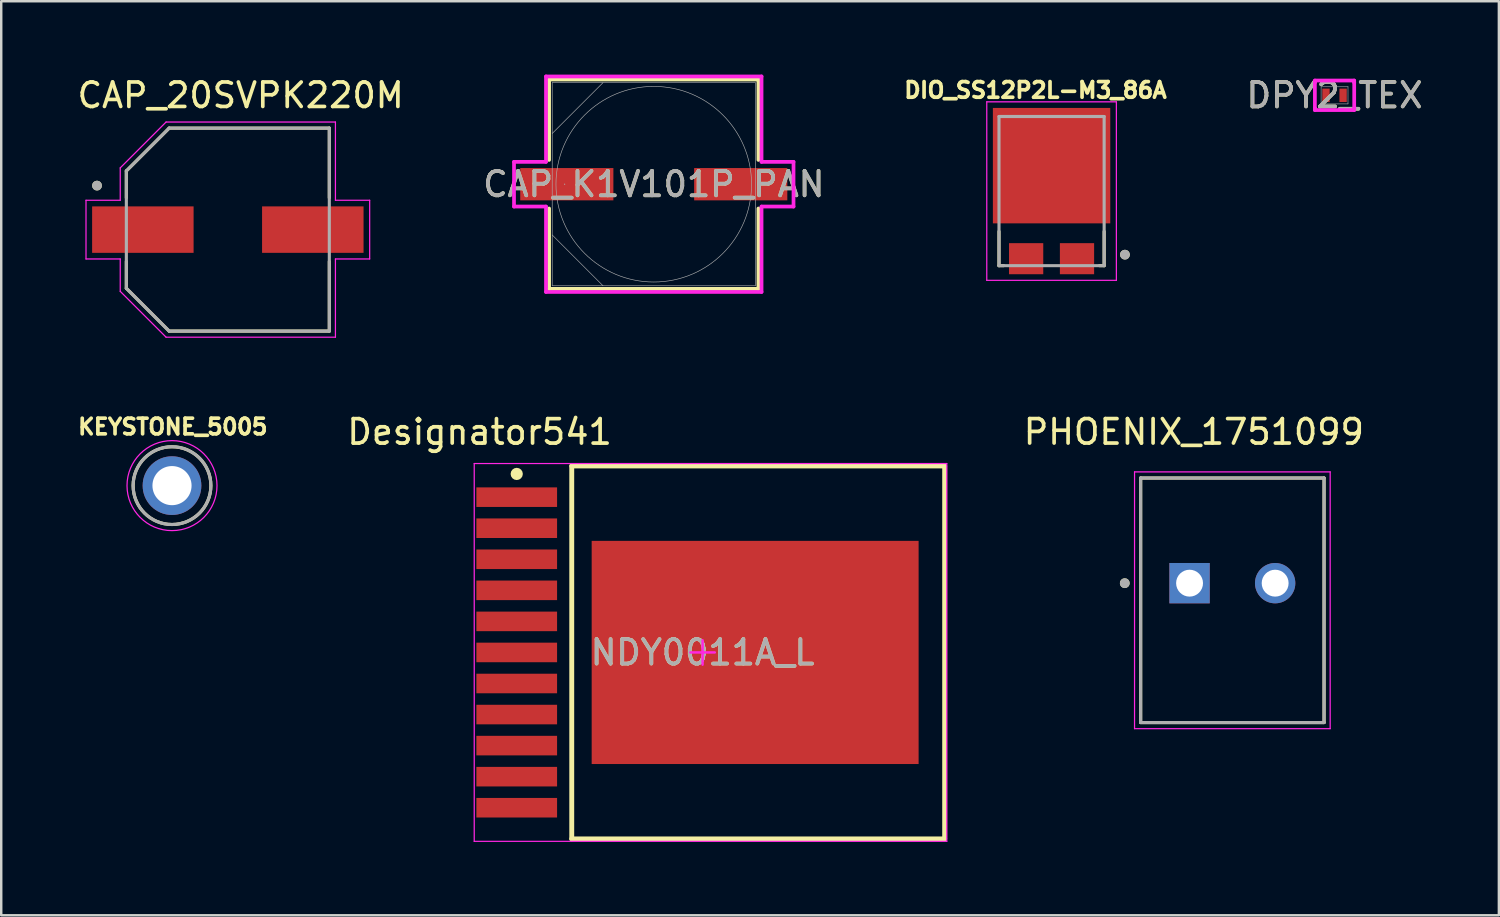
<source format=kicad_pcb>
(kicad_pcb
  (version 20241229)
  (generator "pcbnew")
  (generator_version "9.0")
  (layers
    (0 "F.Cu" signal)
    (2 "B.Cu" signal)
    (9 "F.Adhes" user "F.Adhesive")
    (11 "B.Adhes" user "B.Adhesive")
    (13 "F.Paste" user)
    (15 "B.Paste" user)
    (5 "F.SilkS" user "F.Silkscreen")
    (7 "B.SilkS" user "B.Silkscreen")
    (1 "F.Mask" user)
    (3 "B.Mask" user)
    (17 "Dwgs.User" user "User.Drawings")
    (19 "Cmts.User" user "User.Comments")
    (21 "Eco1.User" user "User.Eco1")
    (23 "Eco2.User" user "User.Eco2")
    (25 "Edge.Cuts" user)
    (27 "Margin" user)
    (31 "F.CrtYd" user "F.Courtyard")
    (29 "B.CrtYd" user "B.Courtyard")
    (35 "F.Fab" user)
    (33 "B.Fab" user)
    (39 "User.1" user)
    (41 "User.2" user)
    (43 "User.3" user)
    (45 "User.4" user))
  (footprint "CAP_K1V101P_PAN"
    (layer "F.Cu")
    (at 23.685 4.483)
    (property "Reference" "CAP_K1V101P_PAN" (at 0 0 0) (unlocked yes) (layer "F.SilkS") (effects (font (size 1 1) (thickness 0.15))))
    (attr smd)
    (fp_line (start -4.28 -4.28) (end -4.28 -0.993) (stroke (width 0.152) (type solid)) (layer "F.SilkS"))
    (fp_line (start -4.28 0.993) (end -4.28 4.28) (stroke (width 0.152) (type solid)) (layer "F.SilkS"))
    (fp_line (start -4.28 4.28) (end 4.28 4.28) (stroke (width 0.152) (type solid)) (layer "F.SilkS"))
    (fp_line (start 4.28 -4.28) (end -4.28 -4.28) (stroke (width 0.152) (type solid)) (layer "F.SilkS"))
    (fp_line (start 4.28 -0.993) (end 4.28 -4.28) (stroke (width 0.152) (type solid)) (layer "F.SilkS"))
    (fp_line (start 4.28 4.28) (end 4.28 0.993) (stroke (width 0.152) (type solid)) (layer "F.SilkS"))
    (fp_line (start -5.715 -0.914) (end -4.407 -0.914) (stroke (width 0.152) (type solid)) (layer "F.CrtYd"))
    (fp_line (start -5.715 0.914) (end -5.715 -0.914) (stroke (width 0.152) (type solid)) (layer "F.CrtYd"))
    (fp_line (start -4.407 -4.407) (end 4.407 -4.407) (stroke (width 0.152) (type solid)) (layer "F.CrtYd"))
    (fp_line (start -4.407 -0.914) (end -4.407 -4.407) (stroke (width 0.152) (type solid)) (layer "F.CrtYd"))
    (fp_line (start -4.407 0.914) (end -5.715 0.914) (stroke (width 0.152) (type solid)) (layer "F.CrtYd"))
    (fp_line (start -4.407 4.407) (end -4.407 0.914) (stroke (width 0.152) (type solid)) (layer "F.CrtYd"))
    (fp_line (start 4.407 -4.407) (end 4.407 -0.914) (stroke (width 0.152) (type solid)) (layer "F.CrtYd"))
    (fp_line (start 4.407 -0.914) (end 5.715 -0.914) (stroke (width 0.152) (type solid)) (layer "F.CrtYd"))
    (fp_line (start 4.407 0.914) (end 4.407 4.407) (stroke (width 0.152) (type solid)) (layer "F.CrtYd"))
    (fp_line (start 4.407 4.407) (end -4.407 4.407) (stroke (width 0.152) (type solid)) (layer "F.CrtYd"))
    (fp_line (start 5.715 -0.914) (end 5.715 0.914) (stroke (width 0.152) (type solid)) (layer "F.CrtYd"))
    (fp_line (start 5.715 0.914) (end 4.407 0.914) (stroke (width 0.152) (type solid)) (layer "F.CrtYd"))
    (fp_line (start -4.153 -4.153) (end -4.153 4.153) (stroke (width 0.025) (type solid)) (layer "F.Fab"))
    (fp_line (start -4.153 -2.076) (end -2.076 -4.153) (stroke (width 0.025) (type solid)) (layer "F.Fab"))
    (fp_line (start -4.153 2.076) (end -2.076 4.153) (stroke (width 0.025) (type solid)) (layer "F.Fab"))
    (fp_line (start -4.153 4.153) (end 4.153 4.153) (stroke (width 0.025) (type solid)) (layer "F.Fab"))
    (fp_line (start 4.153 -4.153) (end -4.153 -4.153) (stroke (width 0.025) (type solid)) (layer "F.Fab"))
    (fp_line (start 4.153 4.153) (end 4.153 -4.153) (stroke (width 0.025) (type solid)) (layer "F.Fab"))
    (fp_circle (center -3.645 0) (end -3.645 0) (stroke (width 0.025) (type solid)) (fill no) (layer "F.Fab"))
    (fp_circle (center 0 0) (end -2.828 2.828) (stroke (width 0.025) (type solid)) (fill no) (layer "F.Fab"))
    (fp_text user "${REFERENCE}" (at 0 0 0) (unlocked yes) (layer "F.Fab") (effects (font (size 1 1) (thickness 0.15))))
    (pad "1" smd rect (at -3.556 0) (size 3.81 1.321) (layers "F.Cu" "F.Mask" "F.Paste"))
    (pad "2" smd rect (at 3.556 0) (size 3.81 1.321) (layers "F.Cu" "F.Mask" "F.Paste"))
    (zone (net_name "") (layer "F.Cu") (hatch full 0.508) (connect_pads) (min_thickness 0.254) (filled_areas_thickness no) (keepout (tracks not_allowed) (vias not_allowed) (pads allowed) (copperpour not_allowed) (footprints allowed)) (placement (enabled no)) (fill) (polygon (pts (xy 19.582 0.381) (xy 27.787 0.381) (xy 27.787 3.772) (xy 19.582 3.772))))
    (zone (net_name "") (layer "F.Cu") (hatch full 0.508) (connect_pads) (min_thickness 0.254) (filled_areas_thickness no) (keepout (tracks not_allowed) (vias not_allowed) (pads allowed) (copperpour not_allowed) (footprints allowed)) (placement (enabled no)) (fill) (polygon (pts (xy 19.582 5.194) (xy 27.787 5.194) (xy 27.787 8.585) (xy 19.582 8.585))))
    (zone (net_name "") (layer "F.Cu") (hatch full 0.508) (connect_pads) (min_thickness 0.254) (filled_areas_thickness no) (keepout (tracks not_allowed) (vias not_allowed) (pads allowed) (copperpour not_allowed) (footprints allowed)) (placement (enabled no)) (fill) (polygon (pts (xy 22.084 3.772) (xy 25.285 3.772) (xy 25.285 5.194) (xy 22.084 5.194)))))
  (footprint "NDY0011A_L"
    (layer "F.Cu")
    (at 25.681 23.631)
    (property "Reference" "NDY0011A_L" (at 0 0 0) (unlocked yes) (layer "F.SilkS") (effects (font (size 1 1) (thickness 0.15))))
    (attr smd)
    (fp_line (start -5.35 -7.625) (end 9.9 -7.625) (stroke (width 0.2) (type solid)) (layer "F.SilkS"))
    (fp_line (start -5.35 7.625) (end -5.35 -7.625) (stroke (width 0.2) (type solid)) (layer "F.SilkS"))
    (fp_line (start -5.35 7.625) (end 9.9 7.625) (stroke (width 0.2) (type solid)) (layer "F.SilkS"))
    (fp_line (start 9.9 7.625) (end 9.9 -7.625) (stroke (width 0.2) (type solid)) (layer "F.SilkS"))
    (fp_circle (center -7.6 -7.3) (end -7.475 -7.3) (stroke (width 0.25) (type solid)) (fill no) (layer "F.SilkS"))
    (fp_line (start -9.338 -7.725) (end 9.987 -7.725) (stroke (width 0.05) (type solid)) (layer "F.CrtYd"))
    (fp_line (start -9.338 7.725) (end -9.338 -7.725) (stroke (width 0.05) (type solid)) (layer "F.CrtYd"))
    (fp_line (start -9.338 7.725) (end 9.987 7.725) (stroke (width 0.05) (type solid)) (layer "F.CrtYd"))
    (fp_line (start -0.5 0) (end 0.5 0) (stroke (width 0.1) (type solid)) (layer "F.CrtYd"))
    (fp_line (start 0 0.5) (end 0 -0.5) (stroke (width 0.1) (type solid)) (layer "F.CrtYd"))
    (fp_line (start 9.987 7.725) (end 9.987 -7.725) (stroke (width 0.05) (type solid)) (layer "F.CrtYd"))
    (fp_text user "Designator541" (at -9.119 -9.017 0) (unlocked yes) (layer "F.SilkS") (effects (font (size 1 1) (thickness 0.15))))
    (fp_text user "${REFERENCE}" (at 0 0 0) (unlocked yes) (layer "F.Fab") (effects (font (size 1 1) (thickness 0.15))))
    (pad "1" smd rect (at -7.6 -6.35 90) (size 0.8 3.3) (layers "F.Cu" "F.Mask" "F.Paste"))
    (pad "2" smd rect (at -7.6 -5.08 90) (size 0.8 3.3) (layers "F.Cu" "F.Mask" "F.Paste"))
    (pad "3" smd rect (at -7.6 -3.81 90) (size 0.8 3.3) (layers "F.Cu" "F.Mask" "F.Paste"))
    (pad "4" smd rect (at -7.6 -2.54 90) (size 0.8 3.3) (layers "F.Cu" "F.Mask" "F.Paste"))
    (pad "5" smd rect (at -7.6 -1.27 90) (size 0.8 3.3) (layers "F.Cu" "F.Mask" "F.Paste"))
    (pad "6" smd rect (at -7.6 0 90) (size 0.8 3.3) (layers "F.Cu" "F.Mask" "F.Paste"))
    (pad "7" smd rect (at -7.6 1.27 90) (size 0.8 3.3) (layers "F.Cu" "F.Mask" "F.Paste"))
    (pad "8" smd rect (at -7.6 2.54 90) (size 0.8 3.3) (layers "F.Cu" "F.Mask" "F.Paste"))
    (pad "9" smd rect (at -7.6 3.81 90) (size 0.8 3.3) (layers "F.Cu" "F.Mask" "F.Paste"))
    (pad "10" smd rect (at -7.6 5.08 90) (size 0.8 3.3) (layers "F.Cu" "F.Mask" "F.Paste"))
    (pad "11" smd rect (at -7.6 6.35 90) (size 0.8 3.3) (layers "F.Cu" "F.Mask" "F.Paste"))
    (pad "12" smd rect (at 2.15 0 90) (size 9.126 13.37) (layers "F.Cu" "F.Mask" "F.Paste")))
  (footprint "CAP_20SVPK220M"
    (layer "F.Cu")
    (at 6.267 6.34)
    (property "Reference" "CAP_20SVPK220M" (at 0.525 -5.492 0) (layer "F.SilkS") (effects (font (size 1 1) (thickness 0.15))))
    (attr smd)
    (fp_line (start -4.15 -2.4) (end -2.4 -4.15) (stroke (width 0.127) (type solid)) (layer "F.SilkS"))
    (fp_line (start -4.15 -1.3) (end -4.15 -2.4) (stroke (width 0.127) (type solid)) (layer "F.SilkS"))
    (fp_line (start -4.15 1.3) (end -4.15 2.4) (stroke (width 0.127) (type solid)) (layer "F.SilkS"))
    (fp_line (start -4.15 2.4) (end -2.4 4.15) (stroke (width 0.127) (type solid)) (layer "F.SilkS"))
    (fp_line (start -2.4 -4.15) (end 4.15 -4.15) (stroke (width 0.127) (type solid)) (layer "F.SilkS"))
    (fp_line (start -2.4 4.15) (end 4.15 4.15) (stroke (width 0.127) (type solid)) (layer "F.SilkS"))
    (fp_line (start 4.15 -4.15) (end 4.15 -1.3) (stroke (width 0.127) (type solid)) (layer "F.SilkS"))
    (fp_line (start 4.15 4.15) (end 4.15 1.3) (stroke (width 0.127) (type solid)) (layer "F.SilkS"))
    (fp_circle (center -5.35 -1.8) (end -5.25 -1.8) (stroke (width 0.2) (type solid)) (fill no) (layer "F.SilkS"))
    (fp_line (start -5.8 -1.2) (end -4.4 -1.2) (stroke (width 0.05) (type solid)) (layer "F.CrtYd"))
    (fp_line (start -5.8 1.2) (end -5.8 -1.2) (stroke (width 0.05) (type solid)) (layer "F.CrtYd"))
    (fp_line (start -4.4 -2.525) (end -2.525 -4.4) (stroke (width 0.05) (type solid)) (layer "F.CrtYd"))
    (fp_line (start -4.4 -1.2) (end -4.4 -2.525) (stroke (width 0.05) (type solid)) (layer "F.CrtYd"))
    (fp_line (start -4.4 1.2) (end -5.8 1.2) (stroke (width 0.05) (type solid)) (layer "F.CrtYd"))
    (fp_line (start -4.4 2.525) (end -4.4 1.2) (stroke (width 0.05) (type solid)) (layer "F.CrtYd"))
    (fp_line (start -2.525 -4.4) (end 4.4 -4.4) (stroke (width 0.05) (type solid)) (layer "F.CrtYd"))
    (fp_line (start -2.525 4.4) (end -4.4 2.525) (stroke (width 0.05) (type solid)) (layer "F.CrtYd"))
    (fp_line (start 4.4 -4.4) (end 4.4 -1.2) (stroke (width 0.05) (type solid)) (layer "F.CrtYd"))
    (fp_line (start 4.4 -1.2) (end 5.8 -1.2) (stroke (width 0.05) (type solid)) (layer "F.CrtYd"))
    (fp_line (start 4.4 1.2) (end 4.4 4.4) (stroke (width 0.05) (type solid)) (layer "F.CrtYd"))
    (fp_line (start 4.4 4.4) (end -2.525 4.4) (stroke (width 0.05) (type solid)) (layer "F.CrtYd"))
    (fp_line (start 5.8 -1.2) (end 5.8 1.2) (stroke (width 0.05) (type solid)) (layer "F.CrtYd"))
    (fp_line (start 5.8 1.2) (end 4.4 1.2) (stroke (width 0.05) (type solid)) (layer "F.CrtYd"))
    (fp_line (start -4.15 -2.4) (end -2.4 -4.15) (stroke (width 0.127) (type solid)) (layer "F.Fab"))
    (fp_line (start -4.15 2.4) (end -4.15 -2.4) (stroke (width 0.127) (type solid)) (layer "F.Fab"))
    (fp_line (start -2.4 -4.15) (end 4.15 -4.15) (stroke (width 0.127) (type solid)) (layer "F.Fab"))
    (fp_line (start -2.4 4.15) (end -4.15 2.4) (stroke (width 0.127) (type solid)) (layer "F.Fab"))
    (fp_line (start 4.15 -4.15) (end 4.15 4.15) (stroke (width 0.127) (type solid)) (layer "F.Fab"))
    (fp_line (start 4.15 4.15) (end -2.4 4.15) (stroke (width 0.127) (type solid)) (layer "F.Fab"))
    (fp_circle (center -5.35 -1.8) (end -5.25 -1.8) (stroke (width 0.2) (type solid)) (fill no) (layer "F.Fab"))
    (pad "1" smd rect (at -3.475 0) (size 4.15 1.9) (layers "F.Cu" "F.Mask" "F.Paste"))
    (pad "2" smd rect (at 3.475 0) (size 4.15 1.9) (layers "F.Cu" "F.Mask" "F.Paste")))
  (footprint "DPY2_TEX"
    (layer "F.Cu")
    (at 51.525 0.848)
    (property "Reference" "DPY2_TEX" (at 0 0 0) (unlocked yes) (layer "F.SilkS") (effects (font (size 1 1) (thickness 0.15))))
    (attr smd)
    (fp_line (start -0.804 -0.604) (end 0.804 -0.604) (stroke (width 0.152) (type solid)) (layer "F.CrtYd"))
    (fp_line (start -0.804 -0.529) (end -0.804 -0.604) (stroke (width 0.152) (type solid)) (layer "F.CrtYd"))
    (fp_line (start -0.804 -0.529) (end -0.804 -0.529) (stroke (width 0.152) (type solid)) (layer "F.CrtYd"))
    (fp_line (start -0.804 0.529) (end -0.804 -0.529) (stroke (width 0.152) (type solid)) (layer "F.CrtYd"))
    (fp_line (start -0.804 0.529) (end -0.804 0.529) (stroke (width 0.152) (type solid)) (layer "F.CrtYd"))
    (fp_line (start -0.804 0.604) (end -0.804 0.529) (stroke (width 0.152) (type solid)) (layer "F.CrtYd"))
    (fp_line (start 0.804 -0.604) (end 0.804 -0.529) (stroke (width 0.152) (type solid)) (layer "F.CrtYd"))
    (fp_line (start 0.804 -0.529) (end 0.804 -0.529) (stroke (width 0.152) (type solid)) (layer "F.CrtYd"))
    (fp_line (start 0.804 -0.529) (end 0.804 0.529) (stroke (width 0.152) (type solid)) (layer "F.CrtYd"))
    (fp_line (start 0.804 0.529) (end 0.804 0.529) (stroke (width 0.152) (type solid)) (layer "F.CrtYd"))
    (fp_line (start 0.804 0.529) (end 0.804 0.604) (stroke (width 0.152) (type solid)) (layer "F.CrtYd"))
    (fp_line (start 0.804 0.604) (end -0.804 0.604) (stroke (width 0.152) (type solid)) (layer "F.CrtYd"))
    (fp_line (start -0.55 -0.35) (end -0.55 0.35) (stroke (width 0.025) (type solid)) (layer "F.Fab"))
    (fp_line (start -0.55 0.35) (end 0.55 0.35) (stroke (width 0.025) (type solid)) (layer "F.Fab"))
    (fp_line (start 0.55 -0.35) (end -0.55 -0.35) (stroke (width 0.025) (type solid)) (layer "F.Fab"))
    (fp_line (start 0.55 0.35) (end 0.55 -0.35) (stroke (width 0.025) (type solid)) (layer "F.Fab"))
    (fp_text user "${REFERENCE}" (at 0 0 0) (unlocked yes) (layer "F.Fab") (effects (font (size 1 1) (thickness 0.15))))
    (pad "1" smd rect (at -0.35 0) (size 0.3 0.55) (layers "F.Cu" "F.Mask" "F.Paste"))
    (pad "2" smd rect (at 0.35 0) (size 0.3 0.55) (layers "F.Cu" "F.Mask" "F.Paste"))
    (zone (net_name "") (layer "F.Cu") (hatch full 0.508) (connect_pads) (min_thickness 0.254) (filled_areas_thickness no) (keepout (tracks not_allowed) (vias not_allowed) (pads allowed) (copperpour not_allowed) (footprints allowed)) (placement (enabled no)) (fill) (polygon (pts (xy 51.026 0.549) (xy 52.024 0.549) (xy 52.024 0.522) (xy 51.026 0.522))))
    (zone (net_name "") (layer "F.Cu") (hatch full 0.508) (connect_pads) (min_thickness 0.254) (filled_areas_thickness no) (keepout (tracks not_allowed) (vias not_allowed) (pads allowed) (copperpour not_allowed) (footprints allowed)) (placement (enabled no)) (fill) (polygon (pts (xy 51.026 1.174) (xy 52.024 1.174) (xy 52.024 1.147) (xy 51.026 1.147))))
    (zone (net_name "") (layer "F.Cu") (hatch full 0.508) (connect_pads) (min_thickness 0.254) (filled_areas_thickness no) (keepout (tracks not_allowed) (vias not_allowed) (pads allowed) (copperpour not_allowed) (footprints allowed)) (placement (enabled no)) (fill) (polygon (pts (xy 51.072 0.522) (xy 51.978 0.522) (xy 51.978 1.174) (xy 51.072 1.174)))))
  (footprint "KEYSTONE_5005"
    (layer "F.Cu")
    (at 3.984 16.809)
    (property "Reference" "KEYSTONE_5005" (at 0.032 -2.406 0) (layer "F.SilkS") (effects (font (size 0.64 0.64) (thickness 0.15))))
    (attr through_hole)
    (fp_circle (center 0 0) (end 1.59 0) (stroke (width 0.127) (type solid)) (fill no) (layer "F.SilkS"))
    (fp_circle (center 0 0) (end 1.84 0) (stroke (width 0.05) (type solid)) (fill no) (layer "F.CrtYd"))
    (fp_circle (center 0 0) (end 1.59 0) (stroke (width 0.127) (type solid)) (fill no) (layer "F.Fab"))
    (pad "TP" thru_hole circle (at 0 0) (size 2.4 2.4) (drill 1.6) (layers "*.Cu" "*.Mask")))
  (footprint "PHOENIX_1751099"
    (layer "F.Cu")
    (at 43.596 26.498)
    (property "Reference" "PHOENIX_1751099" (at 2.175 -11.885 0) (layer "F.SilkS") (effects (font (size 1 1) (thickness 0.15))))
    (attr through_hole)
    (fp_line (start 0 0) (end 0 -10) (stroke (width 0.127) (type solid)) (layer "F.SilkS"))
    (fp_line (start 7.5 -10) (end 0 -10) (stroke (width 0.127) (type solid)) (layer "F.SilkS"))
    (fp_line (start 7.5 -10) (end 7.5 0) (stroke (width 0.127) (type solid)) (layer "F.SilkS"))
    (fp_line (start 7.5 0) (end 0 0) (stroke (width 0.127) (type solid)) (layer "F.SilkS"))
    (fp_circle (center -0.65 -5.7) (end -0.55 -5.7) (stroke (width 0.2) (type solid)) (fill no) (layer "F.SilkS"))
    (fp_line (start -0.25 -10.25) (end 7.75 -10.25) (stroke (width 0.05) (type solid)) (layer "F.CrtYd"))
    (fp_line (start -0.25 0.25) (end -0.25 -10.25) (stroke (width 0.05) (type solid)) (layer "F.CrtYd"))
    (fp_line (start 7.75 -10.25) (end 7.75 0.25) (stroke (width 0.05) (type solid)) (layer "F.CrtYd"))
    (fp_line (start 7.75 0.25) (end -0.25 0.25) (stroke (width 0.05) (type solid)) (layer "F.CrtYd"))
    (fp_line (start 0 -10) (end 7.5 -10) (stroke (width 0.127) (type solid)) (layer "F.Fab"))
    (fp_line (start 0 0) (end 0 -10) (stroke (width 0.127) (type solid)) (layer "F.Fab"))
    (fp_line (start 7.5 -10) (end 7.5 0) (stroke (width 0.127) (type solid)) (layer "F.Fab"))
    (fp_line (start 7.5 0) (end 0 0) (stroke (width 0.127) (type solid)) (layer "F.Fab"))
    (fp_circle (center -0.65 -5.7) (end -0.55 -5.7) (stroke (width 0.2) (type solid)) (fill no) (layer "F.Fab"))
    (pad "01" thru_hole rect (at 2 -5.7) (size 1.65 1.65) (drill 1.1) (layers "*.Cu" "*.Mask"))
    (pad "02" thru_hole circle (at 5.5 -5.7) (size 1.65 1.65) (drill 1.1) (layers "*.Cu" "*.Mask")))
  (footprint "DIO_SS12P2L-M3_86A"
    (layer "F.Cu")
    (at 39.953 4.764)
    (property "Reference" "DIO_SS12P2L-M3_86A" (at -0.658 -4.126 0) (layer "F.SilkS") (effects (font (size 0.64 0.64) (thickness 0.15))))
    (attr smd)
    (fp_line (start -2.15 1.65) (end -2.15 3.05) (stroke (width 0.127) (type solid)) (layer "F.SilkS"))
    (fp_line (start -2.15 3.05) (end -1.96 3.05) (stroke (width 0.127) (type solid)) (layer "F.SilkS"))
    (fp_line (start 2.15 1.65) (end 2.15 3.05) (stroke (width 0.127) (type solid)) (layer "F.SilkS"))
    (fp_line (start 2.15 3.05) (end 1.96 3.05) (stroke (width 0.127) (type solid)) (layer "F.SilkS"))
    (fp_circle (center 3 2.6) (end 3.1 2.6) (stroke (width 0.2) (type solid)) (fill no) (layer "F.SilkS"))
    (fp_line (start -2.65 -3.65) (end 2.65 -3.65) (stroke (width 0.05) (type solid)) (layer "F.CrtYd"))
    (fp_line (start -2.65 3.65) (end -2.65 -3.65) (stroke (width 0.05) (type solid)) (layer "F.CrtYd"))
    (fp_line (start 2.65 -3.65) (end 2.65 3.65) (stroke (width 0.05) (type solid)) (layer "F.CrtYd"))
    (fp_line (start 2.65 3.65) (end -2.65 3.65) (stroke (width 0.05) (type solid)) (layer "F.CrtYd"))
    (fp_line (start -2.15 -3.05) (end 2.15 -3.05) (stroke (width 0.127) (type solid)) (layer "F.Fab"))
    (fp_line (start -2.15 3.05) (end -2.15 -3.05) (stroke (width 0.127) (type solid)) (layer "F.Fab"))
    (fp_line (start 2.15 -3.05) (end 2.15 3.05) (stroke (width 0.127) (type solid)) (layer "F.Fab"))
    (fp_line (start 2.15 3.05) (end -2.15 3.05) (stroke (width 0.127) (type solid)) (layer "F.Fab"))
    (fp_circle (center 3 2.6) (end 3.1 2.6) (stroke (width 0.2) (type solid)) (fill no) (layer "F.Fab"))
    (pad "1" smd rect (at 1.04 2.765) (size 1.4 1.27) (layers "F.Cu" "F.Mask" "F.Paste"))
    (pad "2" smd rect (at -1.04 2.765) (size 1.4 1.27) (layers "F.Cu" "F.Mask" "F.Paste"))
    (pad "3" smd rect (at 0 -1.04) (size 4.8 4.72) (layers "F.Cu" "F.Mask" "F.Paste")))
  (gr_rect
    (start -3 -3)
    (end 58.245 34.381)
    (stroke (width 0.1) (type default))
    (fill no)
    (layer "Edge.Cuts")))
</source>
